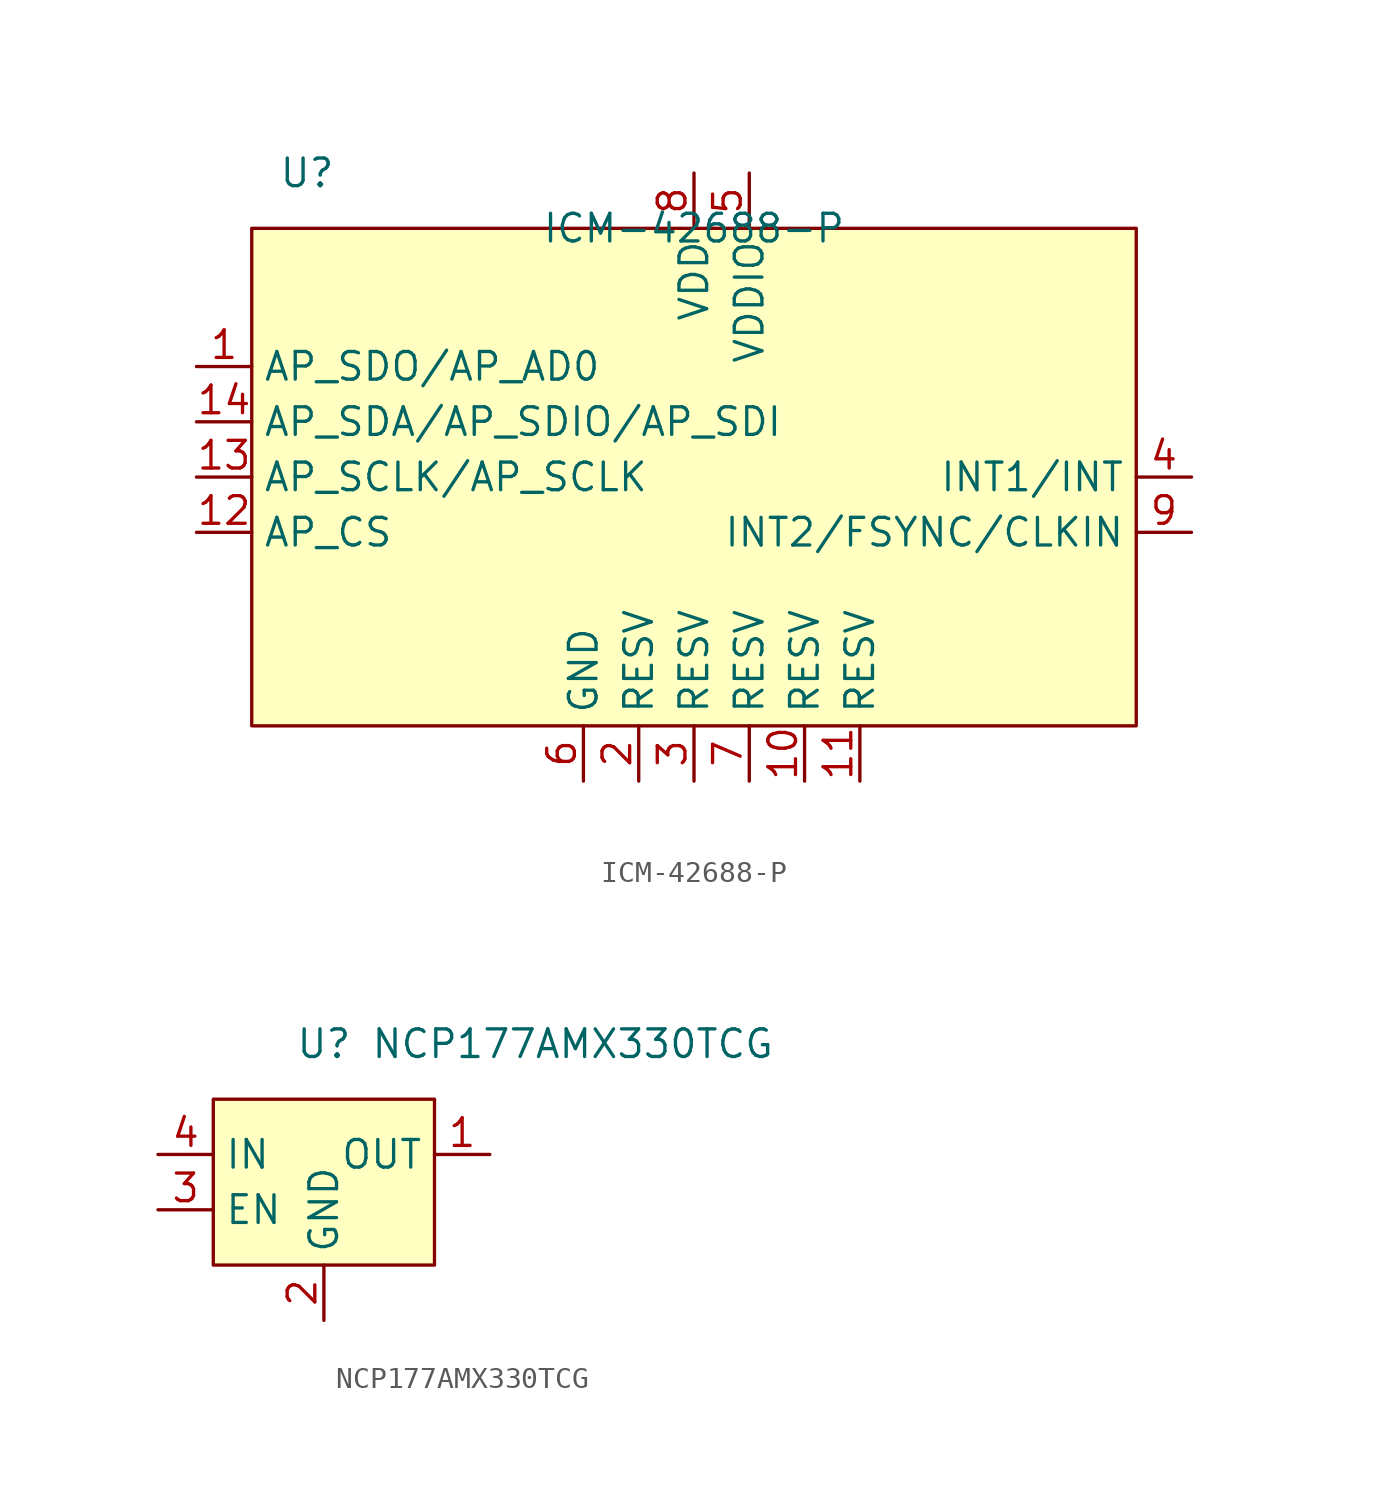
<source format=kicad_sym>
(kicad_symbol_lib
  (version 20220914)
  (generator kicad_symbol_editor)
  (symbol "ICM-42688-P"
    (property "Reference" "U"
      (at -17.78 13.97 0)
      (effects (font (size 1.27 1.27))))
    (property "Value" "ICM-42688-P"
      (at 0 11.43 0)
      (effects (font (size 1.27 1.27))))
    (symbol "ICM-42688-P_1_1"
      (rectangle (start -20.32 11.43) (end 20.32 -11.43) (stroke (width 0) (type default)) (fill (type background)))
      (pin output line (at -22.86 5.08 0) (length 2.54) (name "AP_SDO/AP_AD0" (effects (font (size 1.27 1.27)))) (number "1" (effects (font (size 1.27 1.27)))))
      (pin input line (at 5.08 -13.97 90) (length 2.54) (name "RESV" (effects (font (size 1.27 1.27)))) (number "10" (effects (font (size 1.27 1.27)))))
      (pin input line (at 7.62 -13.97 90) (length 2.54) (name "RESV" (effects (font (size 1.27 1.27)))) (number "11" (effects (font (size 1.27 1.27)))))
      (pin input line (at -22.86 -2.54 0) (length 2.54) (name "AP_CS" (effects (font (size 1.27 1.27)))) (number "12" (effects (font (size 1.27 1.27)))))
      (pin input line (at -22.86 0 0) (length 2.54) (name "AP_SCLK/AP_SCLK" (effects (font (size 1.27 1.27)))) (number "13" (effects (font (size 1.27 1.27)))))
      (pin input line (at -22.86 2.54 0) (length 2.54) (name "AP_SDA/AP_SDIO/AP_SDI" (effects (font (size 1.27 1.27)))) (number "14" (effects (font (size 1.27 1.27)))))
      (pin input line (at -2.54 -13.97 90) (length 2.54) (name "RESV" (effects (font (size 1.27 1.27)))) (number "2" (effects (font (size 1.27 1.27)))))
      (pin input line (at 0 -13.97 90) (length 2.54) (name "RESV" (effects (font (size 1.27 1.27)))) (number "3" (effects (font (size 1.27 1.27)))))
      (pin input line (at 22.86 0 180) (length 2.54) (name "INT1/INT" (effects (font (size 1.27 1.27)))) (number "4" (effects (font (size 1.27 1.27)))))
      (pin power_in line (at 2.54 13.97 270) (length 2.54) (name "VDDIO" (effects (font (size 1.27 1.27)))) (number "5" (effects (font (size 1.27 1.27)))))
      (pin power_in line (at -5.08 -13.97 90) (length 2.54) (name "GND" (effects (font (size 1.27 1.27)))) (number "6" (effects (font (size 1.27 1.27)))))
      (pin input line (at 2.54 -13.97 90) (length 2.54) (name "RESV" (effects (font (size 1.27 1.27)))) (number "7" (effects (font (size 1.27 1.27)))))
      (pin power_in line (at 0 13.97 270) (length 2.54) (name "VDD" (effects (font (size 1.27 1.27)))) (number "8" (effects (font (size 1.27 1.27)))))
      (pin input line (at 22.86 -2.54 180) (length 2.54) (name "INT2/FSYNC/CLKIN" (effects (font (size 1.27 1.27)))) (number "9" (effects (font (size 1.27 1.27)))))))
  (symbol "NCP177AMX330TCG"
    (property "Reference" "U"
      (at 0 5.08 0)
      (effects (font (size 1.27 1.27))))
    (property "Value" "NCP177AMX330TCG"
      (at 11.43 5.08 0)
      (effects (font (size 1.27 1.27))))
    (symbol "NCP177AMX330TCG_1_1"
      (rectangle (start -5.08 2.54) (end 5.08 -5.08) (stroke (width 0) (type default)) (fill (type background)))
      (pin power_out line (at 7.62 0 180) (length 2.54) (name "OUT" (effects (font (size 1.27 1.27)))) (number "1" (effects (font (size 1.27 1.27)))))
      (pin power_in line (at 0 -7.62 90) (length 2.54) (name "GND" (effects (font (size 1.27 1.27)))) (number "2" (effects (font (size 1.27 1.27)))))
      (pin input line (at -7.62 -2.54 0) (length 2.54) (name "EN" (effects (font (size 1.27 1.27)))) (number "3" (effects (font (size 1.27 1.27)))))
      (pin power_in line (at -7.62 0 0) (length 2.54) (name "IN" (effects (font (size 1.27 1.27)))) (number "4" (effects (font (size 1.27 1.27))))))))
</source>
